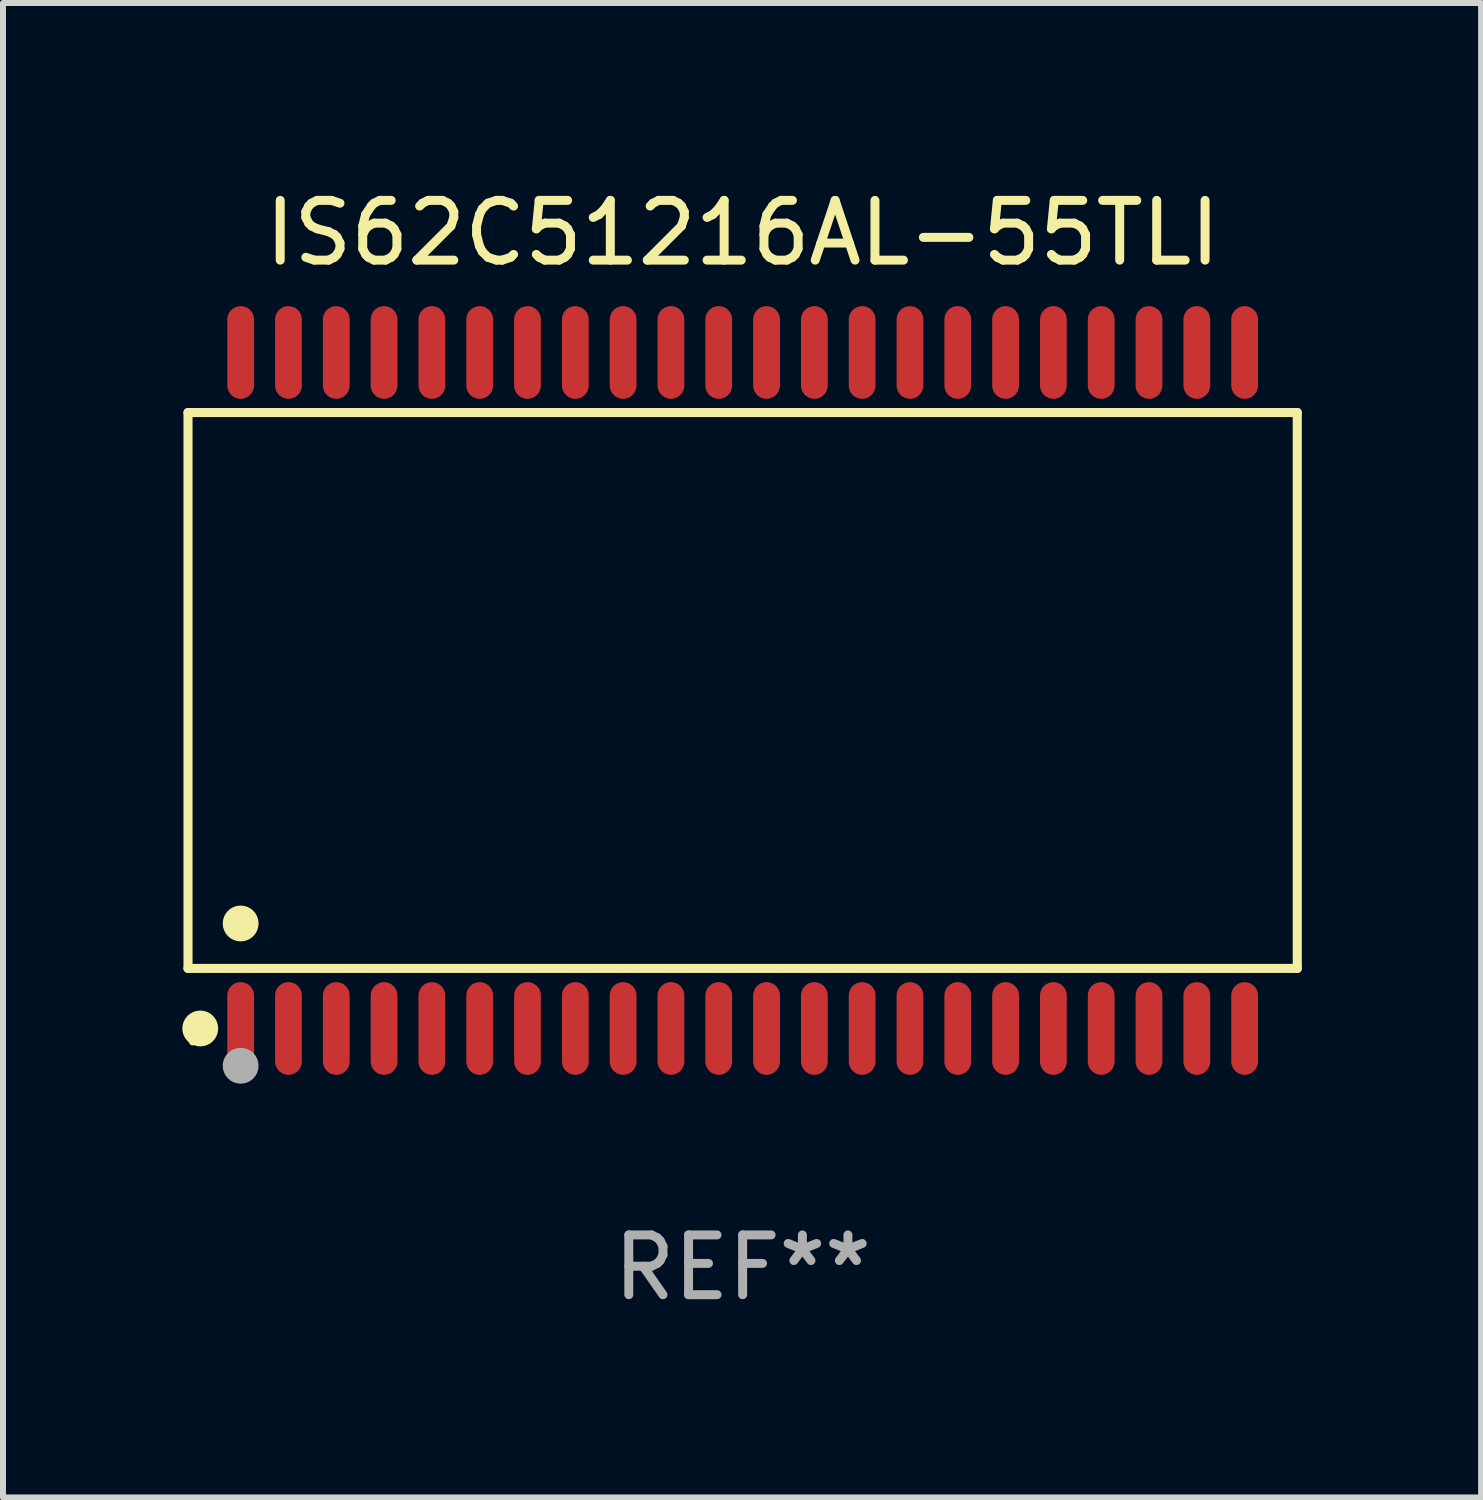
<source format=kicad_pcb>
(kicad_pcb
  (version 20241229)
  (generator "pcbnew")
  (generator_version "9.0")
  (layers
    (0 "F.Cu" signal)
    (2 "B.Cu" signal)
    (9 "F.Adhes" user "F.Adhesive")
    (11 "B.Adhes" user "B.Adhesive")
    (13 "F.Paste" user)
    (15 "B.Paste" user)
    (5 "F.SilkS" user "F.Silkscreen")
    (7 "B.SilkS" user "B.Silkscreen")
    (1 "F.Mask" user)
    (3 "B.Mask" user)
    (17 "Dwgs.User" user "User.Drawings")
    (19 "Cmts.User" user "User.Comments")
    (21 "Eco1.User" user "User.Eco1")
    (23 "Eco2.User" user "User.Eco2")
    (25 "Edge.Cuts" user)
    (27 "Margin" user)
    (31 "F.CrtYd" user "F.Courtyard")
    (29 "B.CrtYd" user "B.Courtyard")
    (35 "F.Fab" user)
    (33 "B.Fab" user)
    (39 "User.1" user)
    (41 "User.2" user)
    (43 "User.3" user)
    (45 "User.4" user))
  (footprint "IS62C51216AL-55TLI"
    (layer "F.Cu")
    (at 9.377 8.504)
    (property "Reference" "IS62C51216AL-55TLI" (at 0 -7.656 0) (layer "F.SilkS") (effects (font (size 1 1) (thickness 0.15))))
    (attr through_hole)
    (fp_line (start -9.281 -4.651) (end 9.281 -4.651) (stroke (width 0.152) (type solid)) (layer "F.SilkS"))
    (fp_line (start -9.281 4.651) (end -9.281 -4.651) (stroke (width 0.152) (type solid)) (layer "F.SilkS"))
    (fp_line (start 9.281 -4.651) (end 9.281 4.651) (stroke (width 0.152) (type solid)) (layer "F.SilkS"))
    (fp_line (start 9.281 4.651) (end -9.281 4.651) (stroke (width 0.152) (type solid)) (layer "F.SilkS"))
    (fp_circle (center -9.205 5.88) (end -9.175 5.88) (stroke (width 0.06) (type solid)) (fill no) (layer "F.SilkS"))
    (fp_circle (center -9.076 5.656) (end -8.926 5.656) (stroke (width 0.3) (type solid)) (fill no) (layer "F.SilkS"))
    (fp_circle (center -8.4 3.899) (end -8.25 3.899) (stroke (width 0.3) (type solid)) (fill no) (layer "F.SilkS"))
    (fp_circle (center -8.4 6.28) (end -8.25 6.28) (stroke (width 0.3) (type solid)) (fill no) (layer "F.Fab"))
    (fp_text user "REF**" (at 0 9.656 0) (layer "F.Fab") (effects (font (size 1 1) (thickness 0.15))))
    (pad "1" smd oval (at -8.4 5.656) (size 0.448 1.551) (layers "F.Cu" "F.Mask" "F.Paste"))
    (pad "2" smd oval (at -7.6 5.656) (size 0.448 1.551) (layers "F.Cu" "F.Mask" "F.Paste"))
    (pad "3" smd oval (at -6.8 5.656) (size 0.448 1.551) (layers "F.Cu" "F.Mask" "F.Paste"))
    (pad "4" smd oval (at -6 5.656) (size 0.448 1.551) (layers "F.Cu" "F.Mask" "F.Paste"))
    (pad "5" smd oval (at -5.2 5.656) (size 0.448 1.551) (layers "F.Cu" "F.Mask" "F.Paste"))
    (pad "6" smd oval (at -4.4 5.656) (size 0.448 1.551) (layers "F.Cu" "F.Mask" "F.Paste"))
    (pad "7" smd oval (at -3.6 5.656) (size 0.448 1.551) (layers "F.Cu" "F.Mask" "F.Paste"))
    (pad "8" smd oval (at -2.8 5.656) (size 0.448 1.551) (layers "F.Cu" "F.Mask" "F.Paste"))
    (pad "9" smd oval (at -2 5.656) (size 0.448 1.551) (layers "F.Cu" "F.Mask" "F.Paste"))
    (pad "10" smd oval (at -1.2 5.656) (size 0.448 1.551) (layers "F.Cu" "F.Mask" "F.Paste"))
    (pad "11" smd oval (at -0.4 5.656) (size 0.448 1.551) (layers "F.Cu" "F.Mask" "F.Paste"))
    (pad "12" smd oval (at 0.4 5.656) (size 0.448 1.551) (layers "F.Cu" "F.Mask" "F.Paste"))
    (pad "13" smd oval (at 1.2 5.656) (size 0.448 1.551) (layers "F.Cu" "F.Mask" "F.Paste"))
    (pad "14" smd oval (at 2 5.656) (size 0.448 1.551) (layers "F.Cu" "F.Mask" "F.Paste"))
    (pad "15" smd oval (at 2.8 5.656) (size 0.448 1.551) (layers "F.Cu" "F.Mask" "F.Paste"))
    (pad "16" smd oval (at 3.6 5.656) (size 0.448 1.551) (layers "F.Cu" "F.Mask" "F.Paste"))
    (pad "17" smd oval (at 4.4 5.656) (size 0.448 1.551) (layers "F.Cu" "F.Mask" "F.Paste"))
    (pad "18" smd oval (at 5.2 5.656) (size 0.448 1.551) (layers "F.Cu" "F.Mask" "F.Paste"))
    (pad "19" smd oval (at 6 5.656) (size 0.448 1.551) (layers "F.Cu" "F.Mask" "F.Paste"))
    (pad "20" smd oval (at 6.8 5.656) (size 0.448 1.551) (layers "F.Cu" "F.Mask" "F.Paste"))
    (pad "21" smd oval (at 7.6 5.656) (size 0.448 1.551) (layers "F.Cu" "F.Mask" "F.Paste"))
    (pad "22" smd oval (at 8.4 5.656) (size 0.448 1.551) (layers "F.Cu" "F.Mask" "F.Paste"))
    (pad "23" smd oval (at 8.4 -5.656) (size 0.448 1.551) (layers "F.Cu" "F.Mask" "F.Paste"))
    (pad "24" smd oval (at 7.6 -5.656) (size 0.448 1.551) (layers "F.Cu" "F.Mask" "F.Paste"))
    (pad "25" smd oval (at 6.8 -5.656) (size 0.448 1.551) (layers "F.Cu" "F.Mask" "F.Paste"))
    (pad "26" smd oval (at 6 -5.656) (size 0.448 1.551) (layers "F.Cu" "F.Mask" "F.Paste"))
    (pad "27" smd oval (at 5.2 -5.656) (size 0.448 1.551) (layers "F.Cu" "F.Mask" "F.Paste"))
    (pad "28" smd oval (at 4.4 -5.656) (size 0.448 1.551) (layers "F.Cu" "F.Mask" "F.Paste"))
    (pad "29" smd oval (at 3.6 -5.656) (size 0.448 1.551) (layers "F.Cu" "F.Mask" "F.Paste"))
    (pad "30" smd oval (at 2.8 -5.656) (size 0.448 1.551) (layers "F.Cu" "F.Mask" "F.Paste"))
    (pad "31" smd oval (at 2 -5.656) (size 0.448 1.551) (layers "F.Cu" "F.Mask" "F.Paste"))
    (pad "32" smd oval (at 1.2 -5.656) (size 0.448 1.551) (layers "F.Cu" "F.Mask" "F.Paste"))
    (pad "33" smd oval (at 0.4 -5.656) (size 0.448 1.551) (layers "F.Cu" "F.Mask" "F.Paste"))
    (pad "34" smd oval (at -0.4 -5.656) (size 0.448 1.551) (layers "F.Cu" "F.Mask" "F.Paste"))
    (pad "35" smd oval (at -1.2 -5.656) (size 0.448 1.551) (layers "F.Cu" "F.Mask" "F.Paste"))
    (pad "36" smd oval (at -2 -5.656) (size 0.448 1.551) (layers "F.Cu" "F.Mask" "F.Paste"))
    (pad "37" smd oval (at -2.8 -5.656) (size 0.448 1.551) (layers "F.Cu" "F.Mask" "F.Paste"))
    (pad "38" smd oval (at -3.6 -5.656) (size 0.448 1.551) (layers "F.Cu" "F.Mask" "F.Paste"))
    (pad "39" smd oval (at -4.4 -5.656) (size 0.448 1.551) (layers "F.Cu" "F.Mask" "F.Paste"))
    (pad "40" smd oval (at -5.2 -5.656) (size 0.448 1.551) (layers "F.Cu" "F.Mask" "F.Paste"))
    (pad "41" smd oval (at -6 -5.656) (size 0.448 1.551) (layers "F.Cu" "F.Mask" "F.Paste"))
    (pad "42" smd oval (at -6.8 -5.656) (size 0.448 1.551) (layers "F.Cu" "F.Mask" "F.Paste"))
    (pad "43" smd oval (at -7.6 -5.656) (size 0.448 1.551) (layers "F.Cu" "F.Mask" "F.Paste"))
    (pad "44" smd oval (at -8.4 -5.656) (size 0.448 1.551) (layers "F.Cu" "F.Mask" "F.Paste")))
  (gr_rect
    (start -3 -3)
    (end 21.734 22.008)
    (stroke (width 0.1) (type default))
    (fill no)
    (layer "Edge.Cuts")))
</source>
